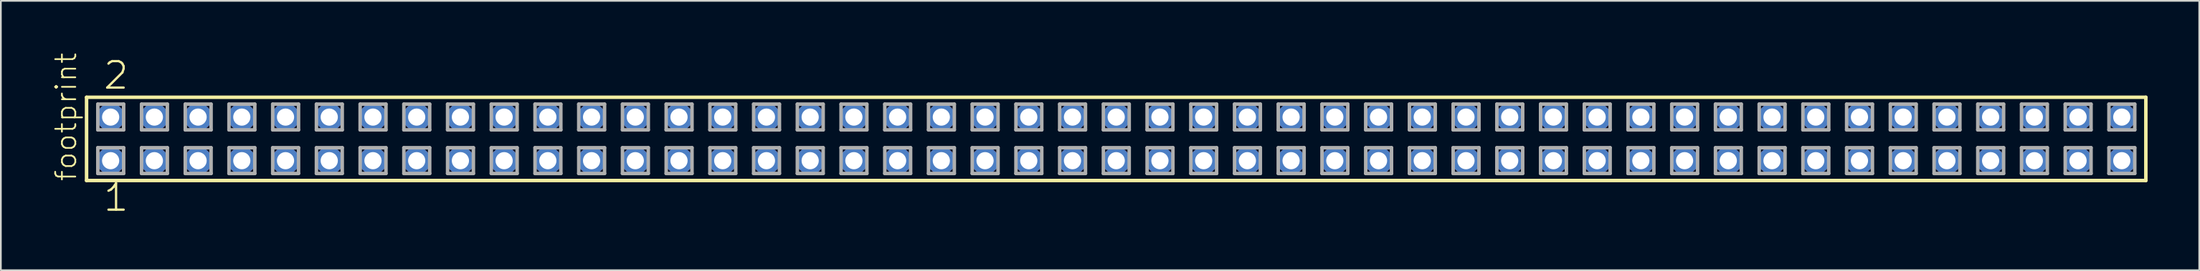
<source format=kicad_pcb>
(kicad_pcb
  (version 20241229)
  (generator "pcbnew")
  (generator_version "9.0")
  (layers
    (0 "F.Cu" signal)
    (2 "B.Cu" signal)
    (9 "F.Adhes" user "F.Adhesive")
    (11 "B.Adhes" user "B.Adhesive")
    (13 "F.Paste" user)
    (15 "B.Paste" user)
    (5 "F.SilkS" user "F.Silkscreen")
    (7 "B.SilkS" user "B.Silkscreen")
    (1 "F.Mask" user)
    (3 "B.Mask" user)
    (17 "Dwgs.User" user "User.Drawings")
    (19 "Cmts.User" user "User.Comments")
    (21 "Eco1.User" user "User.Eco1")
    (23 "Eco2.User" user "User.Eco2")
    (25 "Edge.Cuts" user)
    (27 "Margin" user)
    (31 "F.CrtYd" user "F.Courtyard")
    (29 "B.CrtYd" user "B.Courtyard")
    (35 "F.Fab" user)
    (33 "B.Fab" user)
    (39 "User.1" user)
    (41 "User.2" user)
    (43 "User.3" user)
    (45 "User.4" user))
  (footprint "footprint"
    (layer "F.Cu")
    (at 61.798 5.042)
    (property "Reference" "footprint" (at -60.325 2.54 90) (layer "F.SilkS") (effects (font (size 1.168 1.168) (thickness 0.102)) (justify left bottom)))
    (fp_line (start -59.819 -2.425) (end 59.819 -2.425) (stroke (width 0.203) (type solid)) (layer "F.SilkS"))
    (fp_line (start -59.819 2.425) (end -59.819 -2.425) (stroke (width 0.203) (type solid)) (layer "F.SilkS"))
    (fp_line (start 59.819 -2.425) (end 59.819 2.425) (stroke (width 0.203) (type solid)) (layer "F.SilkS"))
    (fp_line (start 59.819 2.425) (end -59.819 2.425) (stroke (width 0.203) (type solid)) (layer "F.SilkS"))
    (fp_line (start -59.165 -2.025) (end -57.665 -2.025) (stroke (width 0.203) (type solid)) (layer "F.Fab"))
    (fp_line (start -59.165 -0.525) (end -59.165 -2.025) (stroke (width 0.203) (type solid)) (layer "F.Fab"))
    (fp_line (start -59.165 0.515) (end -57.665 0.515) (stroke (width 0.203) (type solid)) (layer "F.Fab"))
    (fp_line (start -59.165 2.015) (end -59.165 0.515) (stroke (width 0.203) (type solid)) (layer "F.Fab"))
    (fp_line (start -57.665 -2.025) (end -57.665 -0.525) (stroke (width 0.203) (type solid)) (layer "F.Fab"))
    (fp_line (start -57.665 -0.525) (end -59.165 -0.525) (stroke (width 0.203) (type solid)) (layer "F.Fab"))
    (fp_line (start -57.665 0.515) (end -57.665 2.015) (stroke (width 0.203) (type solid)) (layer "F.Fab"))
    (fp_line (start -57.665 2.015) (end -59.165 2.015) (stroke (width 0.203) (type solid)) (layer "F.Fab"))
    (fp_line (start -56.625 -2.025) (end -55.125 -2.025) (stroke (width 0.203) (type solid)) (layer "F.Fab"))
    (fp_line (start -56.625 -0.525) (end -56.625 -2.025) (stroke (width 0.203) (type solid)) (layer "F.Fab"))
    (fp_line (start -56.625 0.515) (end -55.125 0.515) (stroke (width 0.203) (type solid)) (layer "F.Fab"))
    (fp_line (start -56.625 2.015) (end -56.625 0.515) (stroke (width 0.203) (type solid)) (layer "F.Fab"))
    (fp_line (start -55.125 -2.025) (end -55.125 -0.525) (stroke (width 0.203) (type solid)) (layer "F.Fab"))
    (fp_line (start -55.125 -0.525) (end -56.625 -0.525) (stroke (width 0.203) (type solid)) (layer "F.Fab"))
    (fp_line (start -55.125 0.515) (end -55.125 2.015) (stroke (width 0.203) (type solid)) (layer "F.Fab"))
    (fp_line (start -55.125 2.015) (end -56.625 2.015) (stroke (width 0.203) (type solid)) (layer "F.Fab"))
    (fp_line (start -54.085 -2.025) (end -52.585 -2.025) (stroke (width 0.203) (type solid)) (layer "F.Fab"))
    (fp_line (start -54.085 -0.525) (end -54.085 -2.025) (stroke (width 0.203) (type solid)) (layer "F.Fab"))
    (fp_line (start -54.085 0.515) (end -52.585 0.515) (stroke (width 0.203) (type solid)) (layer "F.Fab"))
    (fp_line (start -54.085 2.015) (end -54.085 0.515) (stroke (width 0.203) (type solid)) (layer "F.Fab"))
    (fp_line (start -52.585 -2.025) (end -52.585 -0.525) (stroke (width 0.203) (type solid)) (layer "F.Fab"))
    (fp_line (start -52.585 -0.525) (end -54.085 -0.525) (stroke (width 0.203) (type solid)) (layer "F.Fab"))
    (fp_line (start -52.585 0.515) (end -52.585 2.015) (stroke (width 0.203) (type solid)) (layer "F.Fab"))
    (fp_line (start -52.585 2.015) (end -54.085 2.015) (stroke (width 0.203) (type solid)) (layer "F.Fab"))
    (fp_line (start -51.545 -2.025) (end -50.045 -2.025) (stroke (width 0.203) (type solid)) (layer "F.Fab"))
    (fp_line (start -51.545 -0.525) (end -51.545 -2.025) (stroke (width 0.203) (type solid)) (layer "F.Fab"))
    (fp_line (start -51.545 0.515) (end -50.045 0.515) (stroke (width 0.203) (type solid)) (layer "F.Fab"))
    (fp_line (start -51.545 2.015) (end -51.545 0.515) (stroke (width 0.203) (type solid)) (layer "F.Fab"))
    (fp_line (start -50.045 -2.025) (end -50.045 -0.525) (stroke (width 0.203) (type solid)) (layer "F.Fab"))
    (fp_line (start -50.045 -0.525) (end -51.545 -0.525) (stroke (width 0.203) (type solid)) (layer "F.Fab"))
    (fp_line (start -50.045 0.515) (end -50.045 2.015) (stroke (width 0.203) (type solid)) (layer "F.Fab"))
    (fp_line (start -50.045 2.015) (end -51.545 2.015) (stroke (width 0.203) (type solid)) (layer "F.Fab"))
    (fp_line (start -49.005 -2.025) (end -47.505 -2.025) (stroke (width 0.203) (type solid)) (layer "F.Fab"))
    (fp_line (start -49.005 -0.525) (end -49.005 -2.025) (stroke (width 0.203) (type solid)) (layer "F.Fab"))
    (fp_line (start -49.005 0.515) (end -47.505 0.515) (stroke (width 0.203) (type solid)) (layer "F.Fab"))
    (fp_line (start -49.005 2.015) (end -49.005 0.515) (stroke (width 0.203) (type solid)) (layer "F.Fab"))
    (fp_line (start -47.505 -2.025) (end -47.505 -0.525) (stroke (width 0.203) (type solid)) (layer "F.Fab"))
    (fp_line (start -47.505 -0.525) (end -49.005 -0.525) (stroke (width 0.203) (type solid)) (layer "F.Fab"))
    (fp_line (start -47.505 0.515) (end -47.505 2.015) (stroke (width 0.203) (type solid)) (layer "F.Fab"))
    (fp_line (start -47.505 2.015) (end -49.005 2.015) (stroke (width 0.203) (type solid)) (layer "F.Fab"))
    (fp_line (start -46.465 -2.025) (end -44.965 -2.025) (stroke (width 0.203) (type solid)) (layer "F.Fab"))
    (fp_line (start -46.465 -0.525) (end -46.465 -2.025) (stroke (width 0.203) (type solid)) (layer "F.Fab"))
    (fp_line (start -46.465 0.515) (end -44.965 0.515) (stroke (width 0.203) (type solid)) (layer "F.Fab"))
    (fp_line (start -46.465 2.015) (end -46.465 0.515) (stroke (width 0.203) (type solid)) (layer "F.Fab"))
    (fp_line (start -44.965 -2.025) (end -44.965 -0.525) (stroke (width 0.203) (type solid)) (layer "F.Fab"))
    (fp_line (start -44.965 -0.525) (end -46.465 -0.525) (stroke (width 0.203) (type solid)) (layer "F.Fab"))
    (fp_line (start -44.965 0.515) (end -44.965 2.015) (stroke (width 0.203) (type solid)) (layer "F.Fab"))
    (fp_line (start -44.965 2.015) (end -46.465 2.015) (stroke (width 0.203) (type solid)) (layer "F.Fab"))
    (fp_line (start -43.925 -2.025) (end -42.425 -2.025) (stroke (width 0.203) (type solid)) (layer "F.Fab"))
    (fp_line (start -43.925 -0.525) (end -43.925 -2.025) (stroke (width 0.203) (type solid)) (layer "F.Fab"))
    (fp_line (start -43.925 0.515) (end -42.425 0.515) (stroke (width 0.203) (type solid)) (layer "F.Fab"))
    (fp_line (start -43.925 2.015) (end -43.925 0.515) (stroke (width 0.203) (type solid)) (layer "F.Fab"))
    (fp_line (start -42.425 -2.025) (end -42.425 -0.525) (stroke (width 0.203) (type solid)) (layer "F.Fab"))
    (fp_line (start -42.425 -0.525) (end -43.925 -0.525) (stroke (width 0.203) (type solid)) (layer "F.Fab"))
    (fp_line (start -42.425 0.515) (end -42.425 2.015) (stroke (width 0.203) (type solid)) (layer "F.Fab"))
    (fp_line (start -42.425 2.015) (end -43.925 2.015) (stroke (width 0.203) (type solid)) (layer "F.Fab"))
    (fp_line (start -41.385 -2.025) (end -39.885 -2.025) (stroke (width 0.203) (type solid)) (layer "F.Fab"))
    (fp_line (start -41.385 -0.525) (end -41.385 -2.025) (stroke (width 0.203) (type solid)) (layer "F.Fab"))
    (fp_line (start -41.385 0.515) (end -39.885 0.515) (stroke (width 0.203) (type solid)) (layer "F.Fab"))
    (fp_line (start -41.385 2.015) (end -41.385 0.515) (stroke (width 0.203) (type solid)) (layer "F.Fab"))
    (fp_line (start -39.885 -2.025) (end -39.885 -0.525) (stroke (width 0.203) (type solid)) (layer "F.Fab"))
    (fp_line (start -39.885 -0.525) (end -41.385 -0.525) (stroke (width 0.203) (type solid)) (layer "F.Fab"))
    (fp_line (start -39.885 0.515) (end -39.885 2.015) (stroke (width 0.203) (type solid)) (layer "F.Fab"))
    (fp_line (start -39.885 2.015) (end -41.385 2.015) (stroke (width 0.203) (type solid)) (layer "F.Fab"))
    (fp_line (start -38.845 -2.025) (end -37.345 -2.025) (stroke (width 0.203) (type solid)) (layer "F.Fab"))
    (fp_line (start -38.845 -0.525) (end -38.845 -2.025) (stroke (width 0.203) (type solid)) (layer "F.Fab"))
    (fp_line (start -38.845 0.515) (end -37.345 0.515) (stroke (width 0.203) (type solid)) (layer "F.Fab"))
    (fp_line (start -38.845 2.015) (end -38.845 0.515) (stroke (width 0.203) (type solid)) (layer "F.Fab"))
    (fp_line (start -37.345 -2.025) (end -37.345 -0.525) (stroke (width 0.203) (type solid)) (layer "F.Fab"))
    (fp_line (start -37.345 -0.525) (end -38.845 -0.525) (stroke (width 0.203) (type solid)) (layer "F.Fab"))
    (fp_line (start -37.345 0.515) (end -37.345 2.015) (stroke (width 0.203) (type solid)) (layer "F.Fab"))
    (fp_line (start -37.345 2.015) (end -38.845 2.015) (stroke (width 0.203) (type solid)) (layer "F.Fab"))
    (fp_line (start -36.305 -2.025) (end -34.805 -2.025) (stroke (width 0.203) (type solid)) (layer "F.Fab"))
    (fp_line (start -36.305 -0.525) (end -36.305 -2.025) (stroke (width 0.203) (type solid)) (layer "F.Fab"))
    (fp_line (start -36.305 0.515) (end -34.805 0.515) (stroke (width 0.203) (type solid)) (layer "F.Fab"))
    (fp_line (start -36.305 2.015) (end -36.305 0.515) (stroke (width 0.203) (type solid)) (layer "F.Fab"))
    (fp_line (start -34.805 -2.025) (end -34.805 -0.525) (stroke (width 0.203) (type solid)) (layer "F.Fab"))
    (fp_line (start -34.805 -0.525) (end -36.305 -0.525) (stroke (width 0.203) (type solid)) (layer "F.Fab"))
    (fp_line (start -34.805 0.515) (end -34.805 2.015) (stroke (width 0.203) (type solid)) (layer "F.Fab"))
    (fp_line (start -34.805 2.015) (end -36.305 2.015) (stroke (width 0.203) (type solid)) (layer "F.Fab"))
    (fp_line (start -33.765 -2.025) (end -32.265 -2.025) (stroke (width 0.203) (type solid)) (layer "F.Fab"))
    (fp_line (start -33.765 -0.525) (end -33.765 -2.025) (stroke (width 0.203) (type solid)) (layer "F.Fab"))
    (fp_line (start -33.765 0.515) (end -32.265 0.515) (stroke (width 0.203) (type solid)) (layer "F.Fab"))
    (fp_line (start -33.765 2.015) (end -33.765 0.515) (stroke (width 0.203) (type solid)) (layer "F.Fab"))
    (fp_line (start -32.265 -2.025) (end -32.265 -0.525) (stroke (width 0.203) (type solid)) (layer "F.Fab"))
    (fp_line (start -32.265 -0.525) (end -33.765 -0.525) (stroke (width 0.203) (type solid)) (layer "F.Fab"))
    (fp_line (start -32.265 0.515) (end -32.265 2.015) (stroke (width 0.203) (type solid)) (layer "F.Fab"))
    (fp_line (start -32.265 2.015) (end -33.765 2.015) (stroke (width 0.203) (type solid)) (layer "F.Fab"))
    (fp_line (start -31.225 -2.025) (end -29.725 -2.025) (stroke (width 0.203) (type solid)) (layer "F.Fab"))
    (fp_line (start -31.225 -0.525) (end -31.225 -2.025) (stroke (width 0.203) (type solid)) (layer "F.Fab"))
    (fp_line (start -31.225 0.515) (end -29.725 0.515) (stroke (width 0.203) (type solid)) (layer "F.Fab"))
    (fp_line (start -31.225 2.015) (end -31.225 0.515) (stroke (width 0.203) (type solid)) (layer "F.Fab"))
    (fp_line (start -29.725 -2.025) (end -29.725 -0.525) (stroke (width 0.203) (type solid)) (layer "F.Fab"))
    (fp_line (start -29.725 -0.525) (end -31.225 -0.525) (stroke (width 0.203) (type solid)) (layer "F.Fab"))
    (fp_line (start -29.725 0.515) (end -29.725 2.015) (stroke (width 0.203) (type solid)) (layer "F.Fab"))
    (fp_line (start -29.725 2.015) (end -31.225 2.015) (stroke (width 0.203) (type solid)) (layer "F.Fab"))
    (fp_line (start -28.685 -2.025) (end -27.185 -2.025) (stroke (width 0.203) (type solid)) (layer "F.Fab"))
    (fp_line (start -28.685 -0.525) (end -28.685 -2.025) (stroke (width 0.203) (type solid)) (layer "F.Fab"))
    (fp_line (start -28.685 0.515) (end -27.185 0.515) (stroke (width 0.203) (type solid)) (layer "F.Fab"))
    (fp_line (start -28.685 2.015) (end -28.685 0.515) (stroke (width 0.203) (type solid)) (layer "F.Fab"))
    (fp_line (start -27.185 -2.025) (end -27.185 -0.525) (stroke (width 0.203) (type solid)) (layer "F.Fab"))
    (fp_line (start -27.185 -0.525) (end -28.685 -0.525) (stroke (width 0.203) (type solid)) (layer "F.Fab"))
    (fp_line (start -27.185 0.515) (end -27.185 2.015) (stroke (width 0.203) (type solid)) (layer "F.Fab"))
    (fp_line (start -27.185 2.015) (end -28.685 2.015) (stroke (width 0.203) (type solid)) (layer "F.Fab"))
    (fp_line (start -26.145 -2.025) (end -24.645 -2.025) (stroke (width 0.203) (type solid)) (layer "F.Fab"))
    (fp_line (start -26.145 -0.525) (end -26.145 -2.025) (stroke (width 0.203) (type solid)) (layer "F.Fab"))
    (fp_line (start -26.145 0.515) (end -24.645 0.515) (stroke (width 0.203) (type solid)) (layer "F.Fab"))
    (fp_line (start -26.145 2.015) (end -26.145 0.515) (stroke (width 0.203) (type solid)) (layer "F.Fab"))
    (fp_line (start -24.645 -2.025) (end -24.645 -0.525) (stroke (width 0.203) (type solid)) (layer "F.Fab"))
    (fp_line (start -24.645 -0.525) (end -26.145 -0.525) (stroke (width 0.203) (type solid)) (layer "F.Fab"))
    (fp_line (start -24.645 0.515) (end -24.645 2.015) (stroke (width 0.203) (type solid)) (layer "F.Fab"))
    (fp_line (start -24.645 2.015) (end -26.145 2.015) (stroke (width 0.203) (type solid)) (layer "F.Fab"))
    (fp_line (start -23.605 -2.025) (end -22.105 -2.025) (stroke (width 0.203) (type solid)) (layer "F.Fab"))
    (fp_line (start -23.605 -0.525) (end -23.605 -2.025) (stroke (width 0.203) (type solid)) (layer "F.Fab"))
    (fp_line (start -23.605 0.515) (end -22.105 0.515) (stroke (width 0.203) (type solid)) (layer "F.Fab"))
    (fp_line (start -23.605 2.015) (end -23.605 0.515) (stroke (width 0.203) (type solid)) (layer "F.Fab"))
    (fp_line (start -22.105 -2.025) (end -22.105 -0.525) (stroke (width 0.203) (type solid)) (layer "F.Fab"))
    (fp_line (start -22.105 -0.525) (end -23.605 -0.525) (stroke (width 0.203) (type solid)) (layer "F.Fab"))
    (fp_line (start -22.105 0.515) (end -22.105 2.015) (stroke (width 0.203) (type solid)) (layer "F.Fab"))
    (fp_line (start -22.105 2.015) (end -23.605 2.015) (stroke (width 0.203) (type solid)) (layer "F.Fab"))
    (fp_line (start -21.065 -2.025) (end -19.565 -2.025) (stroke (width 0.203) (type solid)) (layer "F.Fab"))
    (fp_line (start -21.065 -0.525) (end -21.065 -2.025) (stroke (width 0.203) (type solid)) (layer "F.Fab"))
    (fp_line (start -21.065 0.515) (end -19.565 0.515) (stroke (width 0.203) (type solid)) (layer "F.Fab"))
    (fp_line (start -21.065 2.015) (end -21.065 0.515) (stroke (width 0.203) (type solid)) (layer "F.Fab"))
    (fp_line (start -19.565 -2.025) (end -19.565 -0.525) (stroke (width 0.203) (type solid)) (layer "F.Fab"))
    (fp_line (start -19.565 -0.525) (end -21.065 -0.525) (stroke (width 0.203) (type solid)) (layer "F.Fab"))
    (fp_line (start -19.565 0.515) (end -19.565 2.015) (stroke (width 0.203) (type solid)) (layer "F.Fab"))
    (fp_line (start -19.565 2.015) (end -21.065 2.015) (stroke (width 0.203) (type solid)) (layer "F.Fab"))
    (fp_line (start -18.525 -2.025) (end -17.025 -2.025) (stroke (width 0.203) (type solid)) (layer "F.Fab"))
    (fp_line (start -18.525 -0.525) (end -18.525 -2.025) (stroke (width 0.203) (type solid)) (layer "F.Fab"))
    (fp_line (start -18.525 0.515) (end -17.025 0.515) (stroke (width 0.203) (type solid)) (layer "F.Fab"))
    (fp_line (start -18.525 2.015) (end -18.525 0.515) (stroke (width 0.203) (type solid)) (layer "F.Fab"))
    (fp_line (start -17.025 -2.025) (end -17.025 -0.525) (stroke (width 0.203) (type solid)) (layer "F.Fab"))
    (fp_line (start -17.025 -0.525) (end -18.525 -0.525) (stroke (width 0.203) (type solid)) (layer "F.Fab"))
    (fp_line (start -17.025 0.515) (end -17.025 2.015) (stroke (width 0.203) (type solid)) (layer "F.Fab"))
    (fp_line (start -17.025 2.015) (end -18.525 2.015) (stroke (width 0.203) (type solid)) (layer "F.Fab"))
    (fp_line (start -15.985 -2.025) (end -14.485 -2.025) (stroke (width 0.203) (type solid)) (layer "F.Fab"))
    (fp_line (start -15.985 -0.525) (end -15.985 -2.025) (stroke (width 0.203) (type solid)) (layer "F.Fab"))
    (fp_line (start -15.985 0.515) (end -14.485 0.515) (stroke (width 0.203) (type solid)) (layer "F.Fab"))
    (fp_line (start -15.985 2.015) (end -15.985 0.515) (stroke (width 0.203) (type solid)) (layer "F.Fab"))
    (fp_line (start -14.485 -2.025) (end -14.485 -0.525) (stroke (width 0.203) (type solid)) (layer "F.Fab"))
    (fp_line (start -14.485 -0.525) (end -15.985 -0.525) (stroke (width 0.203) (type solid)) (layer "F.Fab"))
    (fp_line (start -14.485 0.515) (end -14.485 2.015) (stroke (width 0.203) (type solid)) (layer "F.Fab"))
    (fp_line (start -14.485 2.015) (end -15.985 2.015) (stroke (width 0.203) (type solid)) (layer "F.Fab"))
    (fp_line (start -13.445 -2.025) (end -11.945 -2.025) (stroke (width 0.203) (type solid)) (layer "F.Fab"))
    (fp_line (start -13.445 -0.525) (end -13.445 -2.025) (stroke (width 0.203) (type solid)) (layer "F.Fab"))
    (fp_line (start -13.445 0.515) (end -11.945 0.515) (stroke (width 0.203) (type solid)) (layer "F.Fab"))
    (fp_line (start -13.445 2.015) (end -13.445 0.515) (stroke (width 0.203) (type solid)) (layer "F.Fab"))
    (fp_line (start -11.945 -2.025) (end -11.945 -0.525) (stroke (width 0.203) (type solid)) (layer "F.Fab"))
    (fp_line (start -11.945 -0.525) (end -13.445 -0.525) (stroke (width 0.203) (type solid)) (layer "F.Fab"))
    (fp_line (start -11.945 0.515) (end -11.945 2.015) (stroke (width 0.203) (type solid)) (layer "F.Fab"))
    (fp_line (start -11.945 2.015) (end -13.445 2.015) (stroke (width 0.203) (type solid)) (layer "F.Fab"))
    (fp_line (start -10.905 -2.025) (end -9.405 -2.025) (stroke (width 0.203) (type solid)) (layer "F.Fab"))
    (fp_line (start -10.905 -0.525) (end -10.905 -2.025) (stroke (width 0.203) (type solid)) (layer "F.Fab"))
    (fp_line (start -10.905 0.515) (end -9.405 0.515) (stroke (width 0.203) (type solid)) (layer "F.Fab"))
    (fp_line (start -10.905 2.015) (end -10.905 0.515) (stroke (width 0.203) (type solid)) (layer "F.Fab"))
    (fp_line (start -9.405 -2.025) (end -9.405 -0.525) (stroke (width 0.203) (type solid)) (layer "F.Fab"))
    (fp_line (start -9.405 -0.525) (end -10.905 -0.525) (stroke (width 0.203) (type solid)) (layer "F.Fab"))
    (fp_line (start -9.405 0.515) (end -9.405 2.015) (stroke (width 0.203) (type solid)) (layer "F.Fab"))
    (fp_line (start -9.405 2.015) (end -10.905 2.015) (stroke (width 0.203) (type solid)) (layer "F.Fab"))
    (fp_line (start -8.365 -2.025) (end -6.865 -2.025) (stroke (width 0.203) (type solid)) (layer "F.Fab"))
    (fp_line (start -8.365 -0.525) (end -8.365 -2.025) (stroke (width 0.203) (type solid)) (layer "F.Fab"))
    (fp_line (start -8.365 0.515) (end -6.865 0.515) (stroke (width 0.203) (type solid)) (layer "F.Fab"))
    (fp_line (start -8.365 2.015) (end -8.365 0.515) (stroke (width 0.203) (type solid)) (layer "F.Fab"))
    (fp_line (start -6.865 -2.025) (end -6.865 -0.525) (stroke (width 0.203) (type solid)) (layer "F.Fab"))
    (fp_line (start -6.865 -0.525) (end -8.365 -0.525) (stroke (width 0.203) (type solid)) (layer "F.Fab"))
    (fp_line (start -6.865 0.515) (end -6.865 2.015) (stroke (width 0.203) (type solid)) (layer "F.Fab"))
    (fp_line (start -6.865 2.015) (end -8.365 2.015) (stroke (width 0.203) (type solid)) (layer "F.Fab"))
    (fp_line (start -5.825 -2.025) (end -4.325 -2.025) (stroke (width 0.203) (type solid)) (layer "F.Fab"))
    (fp_line (start -5.825 -0.525) (end -5.825 -2.025) (stroke (width 0.203) (type solid)) (layer "F.Fab"))
    (fp_line (start -5.825 0.515) (end -4.325 0.515) (stroke (width 0.203) (type solid)) (layer "F.Fab"))
    (fp_line (start -5.825 2.015) (end -5.825 0.515) (stroke (width 0.203) (type solid)) (layer "F.Fab"))
    (fp_line (start -4.325 -2.025) (end -4.325 -0.525) (stroke (width 0.203) (type solid)) (layer "F.Fab"))
    (fp_line (start -4.325 -0.525) (end -5.825 -0.525) (stroke (width 0.203) (type solid)) (layer "F.Fab"))
    (fp_line (start -4.325 0.515) (end -4.325 2.015) (stroke (width 0.203) (type solid)) (layer "F.Fab"))
    (fp_line (start -4.325 2.015) (end -5.825 2.015) (stroke (width 0.203) (type solid)) (layer "F.Fab"))
    (fp_line (start -3.285 -2.025) (end -1.785 -2.025) (stroke (width 0.203) (type solid)) (layer "F.Fab"))
    (fp_line (start -3.285 -0.525) (end -3.285 -2.025) (stroke (width 0.203) (type solid)) (layer "F.Fab"))
    (fp_line (start -3.285 0.515) (end -1.785 0.515) (stroke (width 0.203) (type solid)) (layer "F.Fab"))
    (fp_line (start -3.285 2.015) (end -3.285 0.515) (stroke (width 0.203) (type solid)) (layer "F.Fab"))
    (fp_line (start -1.785 -2.025) (end -1.785 -0.525) (stroke (width 0.203) (type solid)) (layer "F.Fab"))
    (fp_line (start -1.785 -0.525) (end -3.285 -0.525) (stroke (width 0.203) (type solid)) (layer "F.Fab"))
    (fp_line (start -1.785 0.515) (end -1.785 2.015) (stroke (width 0.203) (type solid)) (layer "F.Fab"))
    (fp_line (start -1.785 2.015) (end -3.285 2.015) (stroke (width 0.203) (type solid)) (layer "F.Fab"))
    (fp_line (start -0.745 -2.025) (end 0.755 -2.025) (stroke (width 0.203) (type solid)) (layer "F.Fab"))
    (fp_line (start -0.745 -0.525) (end -0.745 -2.025) (stroke (width 0.203) (type solid)) (layer "F.Fab"))
    (fp_line (start -0.745 0.515) (end 0.755 0.515) (stroke (width 0.203) (type solid)) (layer "F.Fab"))
    (fp_line (start -0.745 2.015) (end -0.745 0.515) (stroke (width 0.203) (type solid)) (layer "F.Fab"))
    (fp_line (start 0.755 -2.025) (end 0.755 -0.525) (stroke (width 0.203) (type solid)) (layer "F.Fab"))
    (fp_line (start 0.755 -0.525) (end -0.745 -0.525) (stroke (width 0.203) (type solid)) (layer "F.Fab"))
    (fp_line (start 0.755 0.515) (end 0.755 2.015) (stroke (width 0.203) (type solid)) (layer "F.Fab"))
    (fp_line (start 0.755 2.015) (end -0.745 2.015) (stroke (width 0.203) (type solid)) (layer "F.Fab"))
    (fp_line (start 1.795 -2.025) (end 3.295 -2.025) (stroke (width 0.203) (type solid)) (layer "F.Fab"))
    (fp_line (start 1.795 -0.525) (end 1.795 -2.025) (stroke (width 0.203) (type solid)) (layer "F.Fab"))
    (fp_line (start 1.795 0.515) (end 3.295 0.515) (stroke (width 0.203) (type solid)) (layer "F.Fab"))
    (fp_line (start 1.795 2.015) (end 1.795 0.515) (stroke (width 0.203) (type solid)) (layer "F.Fab"))
    (fp_line (start 3.295 -2.025) (end 3.295 -0.525) (stroke (width 0.203) (type solid)) (layer "F.Fab"))
    (fp_line (start 3.295 -0.525) (end 1.795 -0.525) (stroke (width 0.203) (type solid)) (layer "F.Fab"))
    (fp_line (start 3.295 0.515) (end 3.295 2.015) (stroke (width 0.203) (type solid)) (layer "F.Fab"))
    (fp_line (start 3.295 2.015) (end 1.795 2.015) (stroke (width 0.203) (type solid)) (layer "F.Fab"))
    (fp_line (start 4.335 -2.025) (end 5.835 -2.025) (stroke (width 0.203) (type solid)) (layer "F.Fab"))
    (fp_line (start 4.335 -0.525) (end 4.335 -2.025) (stroke (width 0.203) (type solid)) (layer "F.Fab"))
    (fp_line (start 4.335 0.515) (end 5.835 0.515) (stroke (width 0.203) (type solid)) (layer "F.Fab"))
    (fp_line (start 4.335 2.015) (end 4.335 0.515) (stroke (width 0.203) (type solid)) (layer "F.Fab"))
    (fp_line (start 5.835 -2.025) (end 5.835 -0.525) (stroke (width 0.203) (type solid)) (layer "F.Fab"))
    (fp_line (start 5.835 -0.525) (end 4.335 -0.525) (stroke (width 0.203) (type solid)) (layer "F.Fab"))
    (fp_line (start 5.835 0.515) (end 5.835 2.015) (stroke (width 0.203) (type solid)) (layer "F.Fab"))
    (fp_line (start 5.835 2.015) (end 4.335 2.015) (stroke (width 0.203) (type solid)) (layer "F.Fab"))
    (fp_line (start 6.875 -2.025) (end 8.375 -2.025) (stroke (width 0.203) (type solid)) (layer "F.Fab"))
    (fp_line (start 6.875 -0.525) (end 6.875 -2.025) (stroke (width 0.203) (type solid)) (layer "F.Fab"))
    (fp_line (start 6.875 0.515) (end 8.375 0.515) (stroke (width 0.203) (type solid)) (layer "F.Fab"))
    (fp_line (start 6.875 2.015) (end 6.875 0.515) (stroke (width 0.203) (type solid)) (layer "F.Fab"))
    (fp_line (start 8.375 -2.025) (end 8.375 -0.525) (stroke (width 0.203) (type solid)) (layer "F.Fab"))
    (fp_line (start 8.375 -0.525) (end 6.875 -0.525) (stroke (width 0.203) (type solid)) (layer "F.Fab"))
    (fp_line (start 8.375 0.515) (end 8.375 2.015) (stroke (width 0.203) (type solid)) (layer "F.Fab"))
    (fp_line (start 8.375 2.015) (end 6.875 2.015) (stroke (width 0.203) (type solid)) (layer "F.Fab"))
    (fp_line (start 9.415 -2.025) (end 10.915 -2.025) (stroke (width 0.203) (type solid)) (layer "F.Fab"))
    (fp_line (start 9.415 -0.525) (end 9.415 -2.025) (stroke (width 0.203) (type solid)) (layer "F.Fab"))
    (fp_line (start 9.415 0.515) (end 10.915 0.515) (stroke (width 0.203) (type solid)) (layer "F.Fab"))
    (fp_line (start 9.415 2.015) (end 9.415 0.515) (stroke (width 0.203) (type solid)) (layer "F.Fab"))
    (fp_line (start 10.915 -2.025) (end 10.915 -0.525) (stroke (width 0.203) (type solid)) (layer "F.Fab"))
    (fp_line (start 10.915 -0.525) (end 9.415 -0.525) (stroke (width 0.203) (type solid)) (layer "F.Fab"))
    (fp_line (start 10.915 0.515) (end 10.915 2.015) (stroke (width 0.203) (type solid)) (layer "F.Fab"))
    (fp_line (start 10.915 2.015) (end 9.415 2.015) (stroke (width 0.203) (type solid)) (layer "F.Fab"))
    (fp_line (start 11.955 -2.025) (end 13.455 -2.025) (stroke (width 0.203) (type solid)) (layer "F.Fab"))
    (fp_line (start 11.955 -0.525) (end 11.955 -2.025) (stroke (width 0.203) (type solid)) (layer "F.Fab"))
    (fp_line (start 11.955 0.515) (end 13.455 0.515) (stroke (width 0.203) (type solid)) (layer "F.Fab"))
    (fp_line (start 11.955 2.015) (end 11.955 0.515) (stroke (width 0.203) (type solid)) (layer "F.Fab"))
    (fp_line (start 13.455 -2.025) (end 13.455 -0.525) (stroke (width 0.203) (type solid)) (layer "F.Fab"))
    (fp_line (start 13.455 -0.525) (end 11.955 -0.525) (stroke (width 0.203) (type solid)) (layer "F.Fab"))
    (fp_line (start 13.455 0.515) (end 13.455 2.015) (stroke (width 0.203) (type solid)) (layer "F.Fab"))
    (fp_line (start 13.455 2.015) (end 11.955 2.015) (stroke (width 0.203) (type solid)) (layer "F.Fab"))
    (fp_line (start 14.495 -2.025) (end 15.995 -2.025) (stroke (width 0.203) (type solid)) (layer "F.Fab"))
    (fp_line (start 14.495 -0.525) (end 14.495 -2.025) (stroke (width 0.203) (type solid)) (layer "F.Fab"))
    (fp_line (start 14.495 0.515) (end 15.995 0.515) (stroke (width 0.203) (type solid)) (layer "F.Fab"))
    (fp_line (start 14.495 2.015) (end 14.495 0.515) (stroke (width 0.203) (type solid)) (layer "F.Fab"))
    (fp_line (start 15.995 -2.025) (end 15.995 -0.525) (stroke (width 0.203) (type solid)) (layer "F.Fab"))
    (fp_line (start 15.995 -0.525) (end 14.495 -0.525) (stroke (width 0.203) (type solid)) (layer "F.Fab"))
    (fp_line (start 15.995 0.515) (end 15.995 2.015) (stroke (width 0.203) (type solid)) (layer "F.Fab"))
    (fp_line (start 15.995 2.015) (end 14.495 2.015) (stroke (width 0.203) (type solid)) (layer "F.Fab"))
    (fp_line (start 17.035 -2.025) (end 18.535 -2.025) (stroke (width 0.203) (type solid)) (layer "F.Fab"))
    (fp_line (start 17.035 -0.525) (end 17.035 -2.025) (stroke (width 0.203) (type solid)) (layer "F.Fab"))
    (fp_line (start 17.035 0.515) (end 18.535 0.515) (stroke (width 0.203) (type solid)) (layer "F.Fab"))
    (fp_line (start 17.035 2.015) (end 17.035 0.515) (stroke (width 0.203) (type solid)) (layer "F.Fab"))
    (fp_line (start 18.535 -2.025) (end 18.535 -0.525) (stroke (width 0.203) (type solid)) (layer "F.Fab"))
    (fp_line (start 18.535 -0.525) (end 17.035 -0.525) (stroke (width 0.203) (type solid)) (layer "F.Fab"))
    (fp_line (start 18.535 0.515) (end 18.535 2.015) (stroke (width 0.203) (type solid)) (layer "F.Fab"))
    (fp_line (start 18.535 2.015) (end 17.035 2.015) (stroke (width 0.203) (type solid)) (layer "F.Fab"))
    (fp_line (start 19.575 -2.025) (end 21.075 -2.025) (stroke (width 0.203) (type solid)) (layer "F.Fab"))
    (fp_line (start 19.575 -0.525) (end 19.575 -2.025) (stroke (width 0.203) (type solid)) (layer "F.Fab"))
    (fp_line (start 19.575 0.515) (end 21.075 0.515) (stroke (width 0.203) (type solid)) (layer "F.Fab"))
    (fp_line (start 19.575 2.015) (end 19.575 0.515) (stroke (width 0.203) (type solid)) (layer "F.Fab"))
    (fp_line (start 21.075 -2.025) (end 21.075 -0.525) (stroke (width 0.203) (type solid)) (layer "F.Fab"))
    (fp_line (start 21.075 -0.525) (end 19.575 -0.525) (stroke (width 0.203) (type solid)) (layer "F.Fab"))
    (fp_line (start 21.075 0.515) (end 21.075 2.015) (stroke (width 0.203) (type solid)) (layer "F.Fab"))
    (fp_line (start 21.075 2.015) (end 19.575 2.015) (stroke (width 0.203) (type solid)) (layer "F.Fab"))
    (fp_line (start 22.115 -2.025) (end 23.615 -2.025) (stroke (width 0.203) (type solid)) (layer "F.Fab"))
    (fp_line (start 22.115 -0.525) (end 22.115 -2.025) (stroke (width 0.203) (type solid)) (layer "F.Fab"))
    (fp_line (start 22.115 0.515) (end 23.615 0.515) (stroke (width 0.203) (type solid)) (layer "F.Fab"))
    (fp_line (start 22.115 2.015) (end 22.115 0.515) (stroke (width 0.203) (type solid)) (layer "F.Fab"))
    (fp_line (start 23.615 -2.025) (end 23.615 -0.525) (stroke (width 0.203) (type solid)) (layer "F.Fab"))
    (fp_line (start 23.615 -0.525) (end 22.115 -0.525) (stroke (width 0.203) (type solid)) (layer "F.Fab"))
    (fp_line (start 23.615 0.515) (end 23.615 2.015) (stroke (width 0.203) (type solid)) (layer "F.Fab"))
    (fp_line (start 23.615 2.015) (end 22.115 2.015) (stroke (width 0.203) (type solid)) (layer "F.Fab"))
    (fp_line (start 24.655 -2.025) (end 26.155 -2.025) (stroke (width 0.203) (type solid)) (layer "F.Fab"))
    (fp_line (start 24.655 -0.525) (end 24.655 -2.025) (stroke (width 0.203) (type solid)) (layer "F.Fab"))
    (fp_line (start 24.655 0.515) (end 26.155 0.515) (stroke (width 0.203) (type solid)) (layer "F.Fab"))
    (fp_line (start 24.655 2.015) (end 24.655 0.515) (stroke (width 0.203) (type solid)) (layer "F.Fab"))
    (fp_line (start 26.155 -2.025) (end 26.155 -0.525) (stroke (width 0.203) (type solid)) (layer "F.Fab"))
    (fp_line (start 26.155 -0.525) (end 24.655 -0.525) (stroke (width 0.203) (type solid)) (layer "F.Fab"))
    (fp_line (start 26.155 0.515) (end 26.155 2.015) (stroke (width 0.203) (type solid)) (layer "F.Fab"))
    (fp_line (start 26.155 2.015) (end 24.655 2.015) (stroke (width 0.203) (type solid)) (layer "F.Fab"))
    (fp_line (start 27.195 -2.025) (end 28.695 -2.025) (stroke (width 0.203) (type solid)) (layer "F.Fab"))
    (fp_line (start 27.195 -0.525) (end 27.195 -2.025) (stroke (width 0.203) (type solid)) (layer "F.Fab"))
    (fp_line (start 27.195 0.515) (end 28.695 0.515) (stroke (width 0.203) (type solid)) (layer "F.Fab"))
    (fp_line (start 27.195 2.015) (end 27.195 0.515) (stroke (width 0.203) (type solid)) (layer "F.Fab"))
    (fp_line (start 28.695 -2.025) (end 28.695 -0.525) (stroke (width 0.203) (type solid)) (layer "F.Fab"))
    (fp_line (start 28.695 -0.525) (end 27.195 -0.525) (stroke (width 0.203) (type solid)) (layer "F.Fab"))
    (fp_line (start 28.695 0.515) (end 28.695 2.015) (stroke (width 0.203) (type solid)) (layer "F.Fab"))
    (fp_line (start 28.695 2.015) (end 27.195 2.015) (stroke (width 0.203) (type solid)) (layer "F.Fab"))
    (fp_line (start 29.735 -2.025) (end 31.235 -2.025) (stroke (width 0.203) (type solid)) (layer "F.Fab"))
    (fp_line (start 29.735 -0.525) (end 29.735 -2.025) (stroke (width 0.203) (type solid)) (layer "F.Fab"))
    (fp_line (start 29.735 0.515) (end 31.235 0.515) (stroke (width 0.203) (type solid)) (layer "F.Fab"))
    (fp_line (start 29.735 2.015) (end 29.735 0.515) (stroke (width 0.203) (type solid)) (layer "F.Fab"))
    (fp_line (start 31.235 -2.025) (end 31.235 -0.525) (stroke (width 0.203) (type solid)) (layer "F.Fab"))
    (fp_line (start 31.235 -0.525) (end 29.735 -0.525) (stroke (width 0.203) (type solid)) (layer "F.Fab"))
    (fp_line (start 31.235 0.515) (end 31.235 2.015) (stroke (width 0.203) (type solid)) (layer "F.Fab"))
    (fp_line (start 31.235 2.015) (end 29.735 2.015) (stroke (width 0.203) (type solid)) (layer "F.Fab"))
    (fp_line (start 32.275 -2.025) (end 33.775 -2.025) (stroke (width 0.203) (type solid)) (layer "F.Fab"))
    (fp_line (start 32.275 -0.525) (end 32.275 -2.025) (stroke (width 0.203) (type solid)) (layer "F.Fab"))
    (fp_line (start 32.275 0.515) (end 33.775 0.515) (stroke (width 0.203) (type solid)) (layer "F.Fab"))
    (fp_line (start 32.275 2.015) (end 32.275 0.515) (stroke (width 0.203) (type solid)) (layer "F.Fab"))
    (fp_line (start 33.775 -2.025) (end 33.775 -0.525) (stroke (width 0.203) (type solid)) (layer "F.Fab"))
    (fp_line (start 33.775 -0.525) (end 32.275 -0.525) (stroke (width 0.203) (type solid)) (layer "F.Fab"))
    (fp_line (start 33.775 0.515) (end 33.775 2.015) (stroke (width 0.203) (type solid)) (layer "F.Fab"))
    (fp_line (start 33.775 2.015) (end 32.275 2.015) (stroke (width 0.203) (type solid)) (layer "F.Fab"))
    (fp_line (start 34.815 -2.025) (end 36.315 -2.025) (stroke (width 0.203) (type solid)) (layer "F.Fab"))
    (fp_line (start 34.815 -0.525) (end 34.815 -2.025) (stroke (width 0.203) (type solid)) (layer "F.Fab"))
    (fp_line (start 34.815 0.515) (end 36.315 0.515) (stroke (width 0.203) (type solid)) (layer "F.Fab"))
    (fp_line (start 34.815 2.015) (end 34.815 0.515) (stroke (width 0.203) (type solid)) (layer "F.Fab"))
    (fp_line (start 36.315 -2.025) (end 36.315 -0.525) (stroke (width 0.203) (type solid)) (layer "F.Fab"))
    (fp_line (start 36.315 -0.525) (end 34.815 -0.525) (stroke (width 0.203) (type solid)) (layer "F.Fab"))
    (fp_line (start 36.315 0.515) (end 36.315 2.015) (stroke (width 0.203) (type solid)) (layer "F.Fab"))
    (fp_line (start 36.315 2.015) (end 34.815 2.015) (stroke (width 0.203) (type solid)) (layer "F.Fab"))
    (fp_line (start 37.355 -2.025) (end 38.855 -2.025) (stroke (width 0.203) (type solid)) (layer "F.Fab"))
    (fp_line (start 37.355 -0.525) (end 37.355 -2.025) (stroke (width 0.203) (type solid)) (layer "F.Fab"))
    (fp_line (start 37.355 0.515) (end 38.855 0.515) (stroke (width 0.203) (type solid)) (layer "F.Fab"))
    (fp_line (start 37.355 2.015) (end 37.355 0.515) (stroke (width 0.203) (type solid)) (layer "F.Fab"))
    (fp_line (start 38.855 -2.025) (end 38.855 -0.525) (stroke (width 0.203) (type solid)) (layer "F.Fab"))
    (fp_line (start 38.855 -0.525) (end 37.355 -0.525) (stroke (width 0.203) (type solid)) (layer "F.Fab"))
    (fp_line (start 38.855 0.515) (end 38.855 2.015) (stroke (width 0.203) (type solid)) (layer "F.Fab"))
    (fp_line (start 38.855 2.015) (end 37.355 2.015) (stroke (width 0.203) (type solid)) (layer "F.Fab"))
    (fp_line (start 39.895 -2.025) (end 41.395 -2.025) (stroke (width 0.203) (type solid)) (layer "F.Fab"))
    (fp_line (start 39.895 -0.525) (end 39.895 -2.025) (stroke (width 0.203) (type solid)) (layer "F.Fab"))
    (fp_line (start 39.895 0.515) (end 41.395 0.515) (stroke (width 0.203) (type solid)) (layer "F.Fab"))
    (fp_line (start 39.895 2.015) (end 39.895 0.515) (stroke (width 0.203) (type solid)) (layer "F.Fab"))
    (fp_line (start 41.395 -2.025) (end 41.395 -0.525) (stroke (width 0.203) (type solid)) (layer "F.Fab"))
    (fp_line (start 41.395 -0.525) (end 39.895 -0.525) (stroke (width 0.203) (type solid)) (layer "F.Fab"))
    (fp_line (start 41.395 0.515) (end 41.395 2.015) (stroke (width 0.203) (type solid)) (layer "F.Fab"))
    (fp_line (start 41.395 2.015) (end 39.895 2.015) (stroke (width 0.203) (type solid)) (layer "F.Fab"))
    (fp_line (start 42.435 -2.025) (end 43.935 -2.025) (stroke (width 0.203) (type solid)) (layer "F.Fab"))
    (fp_line (start 42.435 -0.525) (end 42.435 -2.025) (stroke (width 0.203) (type solid)) (layer "F.Fab"))
    (fp_line (start 42.435 0.515) (end 43.935 0.515) (stroke (width 0.203) (type solid)) (layer "F.Fab"))
    (fp_line (start 42.435 2.015) (end 42.435 0.515) (stroke (width 0.203) (type solid)) (layer "F.Fab"))
    (fp_line (start 43.935 -2.025) (end 43.935 -0.525) (stroke (width 0.203) (type solid)) (layer "F.Fab"))
    (fp_line (start 43.935 -0.525) (end 42.435 -0.525) (stroke (width 0.203) (type solid)) (layer "F.Fab"))
    (fp_line (start 43.935 0.515) (end 43.935 2.015) (stroke (width 0.203) (type solid)) (layer "F.Fab"))
    (fp_line (start 43.935 2.015) (end 42.435 2.015) (stroke (width 0.203) (type solid)) (layer "F.Fab"))
    (fp_line (start 44.975 -2.025) (end 46.475 -2.025) (stroke (width 0.203) (type solid)) (layer "F.Fab"))
    (fp_line (start 44.975 -0.525) (end 44.975 -2.025) (stroke (width 0.203) (type solid)) (layer "F.Fab"))
    (fp_line (start 44.975 0.515) (end 46.475 0.515) (stroke (width 0.203) (type solid)) (layer "F.Fab"))
    (fp_line (start 44.975 2.015) (end 44.975 0.515) (stroke (width 0.203) (type solid)) (layer "F.Fab"))
    (fp_line (start 46.475 -2.025) (end 46.475 -0.525) (stroke (width 0.203) (type solid)) (layer "F.Fab"))
    (fp_line (start 46.475 -0.525) (end 44.975 -0.525) (stroke (width 0.203) (type solid)) (layer "F.Fab"))
    (fp_line (start 46.475 0.515) (end 46.475 2.015) (stroke (width 0.203) (type solid)) (layer "F.Fab"))
    (fp_line (start 46.475 2.015) (end 44.975 2.015) (stroke (width 0.203) (type solid)) (layer "F.Fab"))
    (fp_line (start 47.515 -2.025) (end 49.015 -2.025) (stroke (width 0.203) (type solid)) (layer "F.Fab"))
    (fp_line (start 47.515 -0.525) (end 47.515 -2.025) (stroke (width 0.203) (type solid)) (layer "F.Fab"))
    (fp_line (start 47.515 0.515) (end 49.015 0.515) (stroke (width 0.203) (type solid)) (layer "F.Fab"))
    (fp_line (start 47.515 2.015) (end 47.515 0.515) (stroke (width 0.203) (type solid)) (layer "F.Fab"))
    (fp_line (start 49.015 -2.025) (end 49.015 -0.525) (stroke (width 0.203) (type solid)) (layer "F.Fab"))
    (fp_line (start 49.015 -0.525) (end 47.515 -0.525) (stroke (width 0.203) (type solid)) (layer "F.Fab"))
    (fp_line (start 49.015 0.515) (end 49.015 2.015) (stroke (width 0.203) (type solid)) (layer "F.Fab"))
    (fp_line (start 49.015 2.015) (end 47.515 2.015) (stroke (width 0.203) (type solid)) (layer "F.Fab"))
    (fp_line (start 50.055 -2.025) (end 51.555 -2.025) (stroke (width 0.203) (type solid)) (layer "F.Fab"))
    (fp_line (start 50.055 -0.525) (end 50.055 -2.025) (stroke (width 0.203) (type solid)) (layer "F.Fab"))
    (fp_line (start 50.055 0.515) (end 51.555 0.515) (stroke (width 0.203) (type solid)) (layer "F.Fab"))
    (fp_line (start 50.055 2.015) (end 50.055 0.515) (stroke (width 0.203) (type solid)) (layer "F.Fab"))
    (fp_line (start 51.555 -2.025) (end 51.555 -0.525) (stroke (width 0.203) (type solid)) (layer "F.Fab"))
    (fp_line (start 51.555 -0.525) (end 50.055 -0.525) (stroke (width 0.203) (type solid)) (layer "F.Fab"))
    (fp_line (start 51.555 0.515) (end 51.555 2.015) (stroke (width 0.203) (type solid)) (layer "F.Fab"))
    (fp_line (start 51.555 2.015) (end 50.055 2.015) (stroke (width 0.203) (type solid)) (layer "F.Fab"))
    (fp_line (start 52.595 -2.025) (end 54.095 -2.025) (stroke (width 0.203) (type solid)) (layer "F.Fab"))
    (fp_line (start 52.595 -0.525) (end 52.595 -2.025) (stroke (width 0.203) (type solid)) (layer "F.Fab"))
    (fp_line (start 52.595 0.515) (end 54.095 0.515) (stroke (width 0.203) (type solid)) (layer "F.Fab"))
    (fp_line (start 52.595 2.015) (end 52.595 0.515) (stroke (width 0.203) (type solid)) (layer "F.Fab"))
    (fp_line (start 54.095 -2.025) (end 54.095 -0.525) (stroke (width 0.203) (type solid)) (layer "F.Fab"))
    (fp_line (start 54.095 -0.525) (end 52.595 -0.525) (stroke (width 0.203) (type solid)) (layer "F.Fab"))
    (fp_line (start 54.095 0.515) (end 54.095 2.015) (stroke (width 0.203) (type solid)) (layer "F.Fab"))
    (fp_line (start 54.095 2.015) (end 52.595 2.015) (stroke (width 0.203) (type solid)) (layer "F.Fab"))
    (fp_line (start 55.135 -2.025) (end 56.635 -2.025) (stroke (width 0.203) (type solid)) (layer "F.Fab"))
    (fp_line (start 55.135 -0.525) (end 55.135 -2.025) (stroke (width 0.203) (type solid)) (layer "F.Fab"))
    (fp_line (start 55.135 0.515) (end 56.635 0.515) (stroke (width 0.203) (type solid)) (layer "F.Fab"))
    (fp_line (start 55.135 2.015) (end 55.135 0.515) (stroke (width 0.203) (type solid)) (layer "F.Fab"))
    (fp_line (start 56.635 -2.025) (end 56.635 -0.525) (stroke (width 0.203) (type solid)) (layer "F.Fab"))
    (fp_line (start 56.635 -0.525) (end 55.135 -0.525) (stroke (width 0.203) (type solid)) (layer "F.Fab"))
    (fp_line (start 56.635 0.515) (end 56.635 2.015) (stroke (width 0.203) (type solid)) (layer "F.Fab"))
    (fp_line (start 56.635 2.015) (end 55.135 2.015) (stroke (width 0.203) (type solid)) (layer "F.Fab"))
    (fp_line (start 57.675 -2.025) (end 59.175 -2.025) (stroke (width 0.203) (type solid)) (layer "F.Fab"))
    (fp_line (start 57.675 -0.525) (end 57.675 -2.025) (stroke (width 0.203) (type solid)) (layer "F.Fab"))
    (fp_line (start 57.675 0.515) (end 59.175 0.515) (stroke (width 0.203) (type solid)) (layer "F.Fab"))
    (fp_line (start 57.675 2.015) (end 57.675 0.515) (stroke (width 0.203) (type solid)) (layer "F.Fab"))
    (fp_line (start 59.175 -2.025) (end 59.175 -0.525) (stroke (width 0.203) (type solid)) (layer "F.Fab"))
    (fp_line (start 59.175 -0.525) (end 57.675 -0.525) (stroke (width 0.203) (type solid)) (layer "F.Fab"))
    (fp_line (start 59.175 0.515) (end 59.175 2.015) (stroke (width 0.203) (type solid)) (layer "F.Fab"))
    (fp_line (start 59.175 2.015) (end 57.675 2.015) (stroke (width 0.203) (type solid)) (layer "F.Fab"))
    (fp_text user "1" (at -58.928 4.318 0) (layer "F.SilkS") (effects (font (size 1.542 1.542) (thickness 0.134)) (justify left bottom)))
    (fp_text user "2" (at -58.928 -2.794 0) (layer "F.SilkS") (effects (font (size 1.542 1.542) (thickness 0.134)) (justify left bottom)))
    (pad "1" thru_hole roundrect (at -58.42 1.27) (size 1.5 1.5) (drill 1) (layers "*.Cu" "*.Mask") (roundrect_rratio 0.25) (chamfer_ratio 0.25) (chamfer top_left top_right bottom_left bottom_right))
    (pad "2" thru_hole roundrect (at -58.42 -1.27) (size 1.5 1.5) (drill 1) (layers "*.Cu" "*.Mask") (roundrect_rratio 0.25) (chamfer_ratio 0.25) (chamfer top_left top_right bottom_left bottom_right))
    (pad "3" thru_hole roundrect (at -55.88 1.27) (size 1.5 1.5) (drill 1) (layers "*.Cu" "*.Mask") (roundrect_rratio 0.25) (chamfer_ratio 0.25) (chamfer top_left top_right bottom_left bottom_right))
    (pad "4" thru_hole roundrect (at -55.88 -1.27) (size 1.5 1.5) (drill 1) (layers "*.Cu" "*.Mask") (roundrect_rratio 0.25) (chamfer_ratio 0.25) (chamfer top_left top_right bottom_left bottom_right))
    (pad "5" thru_hole roundrect (at -53.34 1.27) (size 1.5 1.5) (drill 1) (layers "*.Cu" "*.Mask") (roundrect_rratio 0.25) (chamfer_ratio 0.25) (chamfer top_left top_right bottom_left bottom_right))
    (pad "6" thru_hole roundrect (at -53.34 -1.27) (size 1.5 1.5) (drill 1) (layers "*.Cu" "*.Mask") (roundrect_rratio 0.25) (chamfer_ratio 0.25) (chamfer top_left top_right bottom_left bottom_right))
    (pad "7" thru_hole roundrect (at -50.8 1.27) (size 1.5 1.5) (drill 1) (layers "*.Cu" "*.Mask") (roundrect_rratio 0.25) (chamfer_ratio 0.25) (chamfer top_left top_right bottom_left bottom_right))
    (pad "8" thru_hole roundrect (at -50.8 -1.27) (size 1.5 1.5) (drill 1) (layers "*.Cu" "*.Mask") (roundrect_rratio 0.25) (chamfer_ratio 0.25) (chamfer top_left top_right bottom_left bottom_right))
    (pad "9" thru_hole roundrect (at -48.26 1.27) (size 1.5 1.5) (drill 1) (layers "*.Cu" "*.Mask") (roundrect_rratio 0.25) (chamfer_ratio 0.25) (chamfer top_left top_right bottom_left bottom_right))
    (pad "10" thru_hole roundrect (at -48.26 -1.27) (size 1.5 1.5) (drill 1) (layers "*.Cu" "*.Mask") (roundrect_rratio 0.25) (chamfer_ratio 0.25) (chamfer top_left top_right bottom_left bottom_right))
    (pad "11" thru_hole roundrect (at -45.72 1.27) (size 1.5 1.5) (drill 1) (layers "*.Cu" "*.Mask") (roundrect_rratio 0.25) (chamfer_ratio 0.25) (chamfer top_left top_right bottom_left bottom_right))
    (pad "12" thru_hole roundrect (at -45.72 -1.27) (size 1.5 1.5) (drill 1) (layers "*.Cu" "*.Mask") (roundrect_rratio 0.25) (chamfer_ratio 0.25) (chamfer top_left top_right bottom_left bottom_right))
    (pad "13" thru_hole roundrect (at -43.18 1.27) (size 1.5 1.5) (drill 1) (layers "*.Cu" "*.Mask") (roundrect_rratio 0.25) (chamfer_ratio 0.25) (chamfer top_left top_right bottom_left bottom_right))
    (pad "14" thru_hole roundrect (at -43.18 -1.27) (size 1.5 1.5) (drill 1) (layers "*.Cu" "*.Mask") (roundrect_rratio 0.25) (chamfer_ratio 0.25) (chamfer top_left top_right bottom_left bottom_right))
    (pad "15" thru_hole roundrect (at -40.64 1.27) (size 1.5 1.5) (drill 1) (layers "*.Cu" "*.Mask") (roundrect_rratio 0.25) (chamfer_ratio 0.25) (chamfer top_left top_right bottom_left bottom_right))
    (pad "16" thru_hole roundrect (at -40.64 -1.27) (size 1.5 1.5) (drill 1) (layers "*.Cu" "*.Mask") (roundrect_rratio 0.25) (chamfer_ratio 0.25) (chamfer top_left top_right bottom_left bottom_right))
    (pad "17" thru_hole roundrect (at -38.1 1.27) (size 1.5 1.5) (drill 1) (layers "*.Cu" "*.Mask") (roundrect_rratio 0.25) (chamfer_ratio 0.25) (chamfer top_left top_right bottom_left bottom_right))
    (pad "18" thru_hole roundrect (at -38.1 -1.27) (size 1.5 1.5) (drill 1) (layers "*.Cu" "*.Mask") (roundrect_rratio 0.25) (chamfer_ratio 0.25) (chamfer top_left top_right bottom_left bottom_right))
    (pad "19" thru_hole roundrect (at -35.56 1.27) (size 1.5 1.5) (drill 1) (layers "*.Cu" "*.Mask") (roundrect_rratio 0.25) (chamfer_ratio 0.25) (chamfer top_left top_right bottom_left bottom_right))
    (pad "20" thru_hole roundrect (at -35.56 -1.27) (size 1.5 1.5) (drill 1) (layers "*.Cu" "*.Mask") (roundrect_rratio 0.25) (chamfer_ratio 0.25) (chamfer top_left top_right bottom_left bottom_right))
    (pad "21" thru_hole roundrect (at -33.02 1.27) (size 1.5 1.5) (drill 1) (layers "*.Cu" "*.Mask") (roundrect_rratio 0.25) (chamfer_ratio 0.25) (chamfer top_left top_right bottom_left bottom_right))
    (pad "22" thru_hole roundrect (at -33.02 -1.27) (size 1.5 1.5) (drill 1) (layers "*.Cu" "*.Mask") (roundrect_rratio 0.25) (chamfer_ratio 0.25) (chamfer top_left top_right bottom_left bottom_right))
    (pad "23" thru_hole roundrect (at -30.48 1.27) (size 1.5 1.5) (drill 1) (layers "*.Cu" "*.Mask") (roundrect_rratio 0.25) (chamfer_ratio 0.25) (chamfer top_left top_right bottom_left bottom_right))
    (pad "24" thru_hole roundrect (at -30.48 -1.27) (size 1.5 1.5) (drill 1) (layers "*.Cu" "*.Mask") (roundrect_rratio 0.25) (chamfer_ratio 0.25) (chamfer top_left top_right bottom_left bottom_right))
    (pad "25" thru_hole roundrect (at -27.94 1.27) (size 1.5 1.5) (drill 1) (layers "*.Cu" "*.Mask") (roundrect_rratio 0.25) (chamfer_ratio 0.25) (chamfer top_left top_right bottom_left bottom_right))
    (pad "26" thru_hole roundrect (at -27.94 -1.27) (size 1.5 1.5) (drill 1) (layers "*.Cu" "*.Mask") (roundrect_rratio 0.25) (chamfer_ratio 0.25) (chamfer top_left top_right bottom_left bottom_right))
    (pad "27" thru_hole roundrect (at -25.4 1.27) (size 1.5 1.5) (drill 1) (layers "*.Cu" "*.Mask") (roundrect_rratio 0.25) (chamfer_ratio 0.25) (chamfer top_left top_right bottom_left bottom_right))
    (pad "28" thru_hole roundrect (at -25.4 -1.27) (size 1.5 1.5) (drill 1) (layers "*.Cu" "*.Mask") (roundrect_rratio 0.25) (chamfer_ratio 0.25) (chamfer top_left top_right bottom_left bottom_right))
    (pad "29" thru_hole roundrect (at -22.86 1.27) (size 1.5 1.5) (drill 1) (layers "*.Cu" "*.Mask") (roundrect_rratio 0.25) (chamfer_ratio 0.25) (chamfer top_left top_right bottom_left bottom_right))
    (pad "30" thru_hole roundrect (at -22.86 -1.27) (size 1.5 1.5) (drill 1) (layers "*.Cu" "*.Mask") (roundrect_rratio 0.25) (chamfer_ratio 0.25) (chamfer top_left top_right bottom_left bottom_right))
    (pad "31" thru_hole roundrect (at -20.32 1.27) (size 1.5 1.5) (drill 1) (layers "*.Cu" "*.Mask") (roundrect_rratio 0.25) (chamfer_ratio 0.25) (chamfer top_left top_right bottom_left bottom_right))
    (pad "32" thru_hole roundrect (at -20.32 -1.27) (size 1.5 1.5) (drill 1) (layers "*.Cu" "*.Mask") (roundrect_rratio 0.25) (chamfer_ratio 0.25) (chamfer top_left top_right bottom_left bottom_right))
    (pad "33" thru_hole roundrect (at -17.78 1.27) (size 1.5 1.5) (drill 1) (layers "*.Cu" "*.Mask") (roundrect_rratio 0.25) (chamfer_ratio 0.25) (chamfer top_left top_right bottom_left bottom_right))
    (pad "34" thru_hole roundrect (at -17.78 -1.27) (size 1.5 1.5) (drill 1) (layers "*.Cu" "*.Mask") (roundrect_rratio 0.25) (chamfer_ratio 0.25) (chamfer top_left top_right bottom_left bottom_right))
    (pad "35" thru_hole roundrect (at -15.24 1.27) (size 1.5 1.5) (drill 1) (layers "*.Cu" "*.Mask") (roundrect_rratio 0.25) (chamfer_ratio 0.25) (chamfer top_left top_right bottom_left bottom_right))
    (pad "36" thru_hole roundrect (at -15.24 -1.27) (size 1.5 1.5) (drill 1) (layers "*.Cu" "*.Mask") (roundrect_rratio 0.25) (chamfer_ratio 0.25) (chamfer top_left top_right bottom_left bottom_right))
    (pad "37" thru_hole roundrect (at -12.7 1.27) (size 1.5 1.5) (drill 1) (layers "*.Cu" "*.Mask") (roundrect_rratio 0.25) (chamfer_ratio 0.25) (chamfer top_left top_right bottom_left bottom_right))
    (pad "38" thru_hole roundrect (at -12.7 -1.27) (size 1.5 1.5) (drill 1) (layers "*.Cu" "*.Mask") (roundrect_rratio 0.25) (chamfer_ratio 0.25) (chamfer top_left top_right bottom_left bottom_right))
    (pad "39" thru_hole roundrect (at -10.16 1.27) (size 1.5 1.5) (drill 1) (layers "*.Cu" "*.Mask") (roundrect_rratio 0.25) (chamfer_ratio 0.25) (chamfer top_left top_right bottom_left bottom_right))
    (pad "40" thru_hole roundrect (at -10.16 -1.27) (size 1.5 1.5) (drill 1) (layers "*.Cu" "*.Mask") (roundrect_rratio 0.25) (chamfer_ratio 0.25) (chamfer top_left top_right bottom_left bottom_right))
    (pad "41" thru_hole roundrect (at -7.62 1.27) (size 1.5 1.5) (drill 1) (layers "*.Cu" "*.Mask") (roundrect_rratio 0.25) (chamfer_ratio 0.25) (chamfer top_left top_right bottom_left bottom_right))
    (pad "42" thru_hole roundrect (at -7.62 -1.27) (size 1.5 1.5) (drill 1) (layers "*.Cu" "*.Mask") (roundrect_rratio 0.25) (chamfer_ratio 0.25) (chamfer top_left top_right bottom_left bottom_right))
    (pad "43" thru_hole roundrect (at -5.08 1.27) (size 1.5 1.5) (drill 1) (layers "*.Cu" "*.Mask") (roundrect_rratio 0.25) (chamfer_ratio 0.25) (chamfer top_left top_right bottom_left bottom_right))
    (pad "44" thru_hole roundrect (at -5.08 -1.27) (size 1.5 1.5) (drill 1) (layers "*.Cu" "*.Mask") (roundrect_rratio 0.25) (chamfer_ratio 0.25) (chamfer top_left top_right bottom_left bottom_right))
    (pad "45" thru_hole roundrect (at -2.54 1.27) (size 1.5 1.5) (drill 1) (layers "*.Cu" "*.Mask") (roundrect_rratio 0.25) (chamfer_ratio 0.25) (chamfer top_left top_right bottom_left bottom_right))
    (pad "46" thru_hole roundrect (at -2.54 -1.27) (size 1.5 1.5) (drill 1) (layers "*.Cu" "*.Mask") (roundrect_rratio 0.25) (chamfer_ratio 0.25) (chamfer top_left top_right bottom_left bottom_right))
    (pad "47" thru_hole roundrect (at 0 1.27) (size 1.5 1.5) (drill 1) (layers "*.Cu" "*.Mask") (roundrect_rratio 0.25) (chamfer_ratio 0.25) (chamfer top_left top_right bottom_left bottom_right))
    (pad "48" thru_hole roundrect (at 0 -1.27) (size 1.5 1.5) (drill 1) (layers "*.Cu" "*.Mask") (roundrect_rratio 0.25) (chamfer_ratio 0.25) (chamfer top_left top_right bottom_left bottom_right))
    (pad "49" thru_hole roundrect (at 2.54 1.27) (size 1.5 1.5) (drill 1) (layers "*.Cu" "*.Mask") (roundrect_rratio 0.25) (chamfer_ratio 0.25) (chamfer top_left top_right bottom_left bottom_right))
    (pad "50" thru_hole roundrect (at 2.54 -1.27) (size 1.5 1.5) (drill 1) (layers "*.Cu" "*.Mask") (roundrect_rratio 0.25) (chamfer_ratio 0.25) (chamfer top_left top_right bottom_left bottom_right))
    (pad "51" thru_hole roundrect (at 5.08 1.27) (size 1.5 1.5) (drill 1) (layers "*.Cu" "*.Mask") (roundrect_rratio 0.25) (chamfer_ratio 0.25) (chamfer top_left top_right bottom_left bottom_right))
    (pad "52" thru_hole roundrect (at 5.08 -1.27) (size 1.5 1.5) (drill 1) (layers "*.Cu" "*.Mask") (roundrect_rratio 0.25) (chamfer_ratio 0.25) (chamfer top_left top_right bottom_left bottom_right))
    (pad "53" thru_hole roundrect (at 7.62 1.27) (size 1.5 1.5) (drill 1) (layers "*.Cu" "*.Mask") (roundrect_rratio 0.25) (chamfer_ratio 0.25) (chamfer top_left top_right bottom_left bottom_right))
    (pad "54" thru_hole roundrect (at 7.62 -1.27) (size 1.5 1.5) (drill 1) (layers "*.Cu" "*.Mask") (roundrect_rratio 0.25) (chamfer_ratio 0.25) (chamfer top_left top_right bottom_left bottom_right))
    (pad "55" thru_hole roundrect (at 10.16 1.27) (size 1.5 1.5) (drill 1) (layers "*.Cu" "*.Mask") (roundrect_rratio 0.25) (chamfer_ratio 0.25) (chamfer top_left top_right bottom_left bottom_right))
    (pad "56" thru_hole roundrect (at 10.16 -1.27) (size 1.5 1.5) (drill 1) (layers "*.Cu" "*.Mask") (roundrect_rratio 0.25) (chamfer_ratio 0.25) (chamfer top_left top_right bottom_left bottom_right))
    (pad "57" thru_hole roundrect (at 12.7 1.27) (size 1.5 1.5) (drill 1) (layers "*.Cu" "*.Mask") (roundrect_rratio 0.25) (chamfer_ratio 0.25) (chamfer top_left top_right bottom_left bottom_right))
    (pad "58" thru_hole roundrect (at 12.7 -1.27) (size 1.5 1.5) (drill 1) (layers "*.Cu" "*.Mask") (roundrect_rratio 0.25) (chamfer_ratio 0.25) (chamfer top_left top_right bottom_left bottom_right))
    (pad "59" thru_hole roundrect (at 15.24 1.27) (size 1.5 1.5) (drill 1) (layers "*.Cu" "*.Mask") (roundrect_rratio 0.25) (chamfer_ratio 0.25) (chamfer top_left top_right bottom_left bottom_right))
    (pad "60" thru_hole roundrect (at 15.24 -1.27) (size 1.5 1.5) (drill 1) (layers "*.Cu" "*.Mask") (roundrect_rratio 0.25) (chamfer_ratio 0.25) (chamfer top_left top_right bottom_left bottom_right))
    (pad "61" thru_hole roundrect (at 17.78 1.27) (size 1.5 1.5) (drill 1) (layers "*.Cu" "*.Mask") (roundrect_rratio 0.25) (chamfer_ratio 0.25) (chamfer top_left top_right bottom_left bottom_right))
    (pad "62" thru_hole roundrect (at 17.78 -1.27) (size 1.5 1.5) (drill 1) (layers "*.Cu" "*.Mask") (roundrect_rratio 0.25) (chamfer_ratio 0.25) (chamfer top_left top_right bottom_left bottom_right))
    (pad "63" thru_hole roundrect (at 20.32 1.27) (size 1.5 1.5) (drill 1) (layers "*.Cu" "*.Mask") (roundrect_rratio 0.25) (chamfer_ratio 0.25) (chamfer top_left top_right bottom_left bottom_right))
    (pad "64" thru_hole roundrect (at 20.32 -1.27) (size 1.5 1.5) (drill 1) (layers "*.Cu" "*.Mask") (roundrect_rratio 0.25) (chamfer_ratio 0.25) (chamfer top_left top_right bottom_left bottom_right))
    (pad "65" thru_hole roundrect (at 22.86 1.27) (size 1.5 1.5) (drill 1) (layers "*.Cu" "*.Mask") (roundrect_rratio 0.25) (chamfer_ratio 0.25) (chamfer top_left top_right bottom_left bottom_right))
    (pad "66" thru_hole roundrect (at 22.86 -1.27) (size 1.5 1.5) (drill 1) (layers "*.Cu" "*.Mask") (roundrect_rratio 0.25) (chamfer_ratio 0.25) (chamfer top_left top_right bottom_left bottom_right))
    (pad "67" thru_hole roundrect (at 25.4 1.27) (size 1.5 1.5) (drill 1) (layers "*.Cu" "*.Mask") (roundrect_rratio 0.25) (chamfer_ratio 0.25) (chamfer top_left top_right bottom_left bottom_right))
    (pad "68" thru_hole roundrect (at 25.4 -1.27) (size 1.5 1.5) (drill 1) (layers "*.Cu" "*.Mask") (roundrect_rratio 0.25) (chamfer_ratio 0.25) (chamfer top_left top_right bottom_left bottom_right))
    (pad "69" thru_hole roundrect (at 27.94 1.27) (size 1.5 1.5) (drill 1) (layers "*.Cu" "*.Mask") (roundrect_rratio 0.25) (chamfer_ratio 0.25) (chamfer top_left top_right bottom_left bottom_right))
    (pad "70" thru_hole roundrect (at 27.94 -1.27) (size 1.5 1.5) (drill 1) (layers "*.Cu" "*.Mask") (roundrect_rratio 0.25) (chamfer_ratio 0.25) (chamfer top_left top_right bottom_left bottom_right))
    (pad "71" thru_hole roundrect (at 30.48 1.27) (size 1.5 1.5) (drill 1) (layers "*.Cu" "*.Mask") (roundrect_rratio 0.25) (chamfer_ratio 0.25) (chamfer top_left top_right bottom_left bottom_right))
    (pad "72" thru_hole roundrect (at 30.48 -1.27) (size 1.5 1.5) (drill 1) (layers "*.Cu" "*.Mask") (roundrect_rratio 0.25) (chamfer_ratio 0.25) (chamfer top_left top_right bottom_left bottom_right))
    (pad "73" thru_hole roundrect (at 33.02 1.27) (size 1.5 1.5) (drill 1) (layers "*.Cu" "*.Mask") (roundrect_rratio 0.25) (chamfer_ratio 0.25) (chamfer top_left top_right bottom_left bottom_right))
    (pad "74" thru_hole roundrect (at 33.02 -1.27) (size 1.5 1.5) (drill 1) (layers "*.Cu" "*.Mask") (roundrect_rratio 0.25) (chamfer_ratio 0.25) (chamfer top_left top_right bottom_left bottom_right))
    (pad "75" thru_hole roundrect (at 35.56 1.27) (size 1.5 1.5) (drill 1) (layers "*.Cu" "*.Mask") (roundrect_rratio 0.25) (chamfer_ratio 0.25) (chamfer top_left top_right bottom_left bottom_right))
    (pad "76" thru_hole roundrect (at 35.56 -1.27) (size 1.5 1.5) (drill 1) (layers "*.Cu" "*.Mask") (roundrect_rratio 0.25) (chamfer_ratio 0.25) (chamfer top_left top_right bottom_left bottom_right))
    (pad "77" thru_hole roundrect (at 38.1 1.27) (size 1.5 1.5) (drill 1) (layers "*.Cu" "*.Mask") (roundrect_rratio 0.25) (chamfer_ratio 0.25) (chamfer top_left top_right bottom_left bottom_right))
    (pad "78" thru_hole roundrect (at 38.1 -1.27) (size 1.5 1.5) (drill 1) (layers "*.Cu" "*.Mask") (roundrect_rratio 0.25) (chamfer_ratio 0.25) (chamfer top_left top_right bottom_left bottom_right))
    (pad "79" thru_hole roundrect (at 40.64 1.27) (size 1.5 1.5) (drill 1) (layers "*.Cu" "*.Mask") (roundrect_rratio 0.25) (chamfer_ratio 0.25) (chamfer top_left top_right bottom_left bottom_right))
    (pad "80" thru_hole roundrect (at 40.64 -1.27) (size 1.5 1.5) (drill 1) (layers "*.Cu" "*.Mask") (roundrect_rratio 0.25) (chamfer_ratio 0.25) (chamfer top_left top_right bottom_left bottom_right))
    (pad "81" thru_hole roundrect (at 43.18 1.27) (size 1.5 1.5) (drill 1) (layers "*.Cu" "*.Mask") (roundrect_rratio 0.25) (chamfer_ratio 0.25) (chamfer top_left top_right bottom_left bottom_right))
    (pad "82" thru_hole roundrect (at 43.18 -1.27) (size 1.5 1.5) (drill 1) (layers "*.Cu" "*.Mask") (roundrect_rratio 0.25) (chamfer_ratio 0.25) (chamfer top_left top_right bottom_left bottom_right))
    (pad "83" thru_hole roundrect (at 45.72 1.27) (size 1.5 1.5) (drill 1) (layers "*.Cu" "*.Mask") (roundrect_rratio 0.25) (chamfer_ratio 0.25) (chamfer top_left top_right bottom_left bottom_right))
    (pad "84" thru_hole roundrect (at 45.72 -1.27) (size 1.5 1.5) (drill 1) (layers "*.Cu" "*.Mask") (roundrect_rratio 0.25) (chamfer_ratio 0.25) (chamfer top_left top_right bottom_left bottom_right))
    (pad "85" thru_hole roundrect (at 48.26 1.27) (size 1.5 1.5) (drill 1) (layers "*.Cu" "*.Mask") (roundrect_rratio 0.25) (chamfer_ratio 0.25) (chamfer top_left top_right bottom_left bottom_right))
    (pad "86" thru_hole roundrect (at 48.26 -1.27) (size 1.5 1.5) (drill 1) (layers "*.Cu" "*.Mask") (roundrect_rratio 0.25) (chamfer_ratio 0.25) (chamfer top_left top_right bottom_left bottom_right))
    (pad "87" thru_hole roundrect (at 50.8 1.27) (size 1.5 1.5) (drill 1) (layers "*.Cu" "*.Mask") (roundrect_rratio 0.25) (chamfer_ratio 0.25) (chamfer top_left top_right bottom_left bottom_right))
    (pad "88" thru_hole roundrect (at 50.8 -1.27) (size 1.5 1.5) (drill 1) (layers "*.Cu" "*.Mask") (roundrect_rratio 0.25) (chamfer_ratio 0.25) (chamfer top_left top_right bottom_left bottom_right))
    (pad "89" thru_hole roundrect (at 53.34 1.27) (size 1.5 1.5) (drill 1) (layers "*.Cu" "*.Mask") (roundrect_rratio 0.25) (chamfer_ratio 0.25) (chamfer top_left top_right bottom_left bottom_right))
    (pad "90" thru_hole roundrect (at 53.34 -1.27) (size 1.5 1.5) (drill 1) (layers "*.Cu" "*.Mask") (roundrect_rratio 0.25) (chamfer_ratio 0.25) (chamfer top_left top_right bottom_left bottom_right))
    (pad "91" thru_hole roundrect (at 55.88 1.27) (size 1.5 1.5) (drill 1) (layers "*.Cu" "*.Mask") (roundrect_rratio 0.25) (chamfer_ratio 0.25) (chamfer top_left top_right bottom_left bottom_right))
    (pad "92" thru_hole roundrect (at 55.88 -1.27) (size 1.5 1.5) (drill 1) (layers "*.Cu" "*.Mask") (roundrect_rratio 0.25) (chamfer_ratio 0.25) (chamfer top_left top_right bottom_left bottom_right))
    (pad "93" thru_hole roundrect (at 58.42 1.27) (size 1.5 1.5) (drill 1) (layers "*.Cu" "*.Mask") (roundrect_rratio 0.25) (chamfer_ratio 0.25) (chamfer top_left top_right bottom_left bottom_right))
    (pad "94" thru_hole roundrect (at 58.42 -1.27) (size 1.5 1.5) (drill 1) (layers "*.Cu" "*.Mask") (roundrect_rratio 0.25) (chamfer_ratio 0.25) (chamfer top_left top_right bottom_left bottom_right)))
  (gr_rect
    (start -3 -3)
    (end 124.719 12.691)
    (stroke (width 0.1) (type default))
    (fill no)
    (layer "Edge.Cuts")))
</source>
